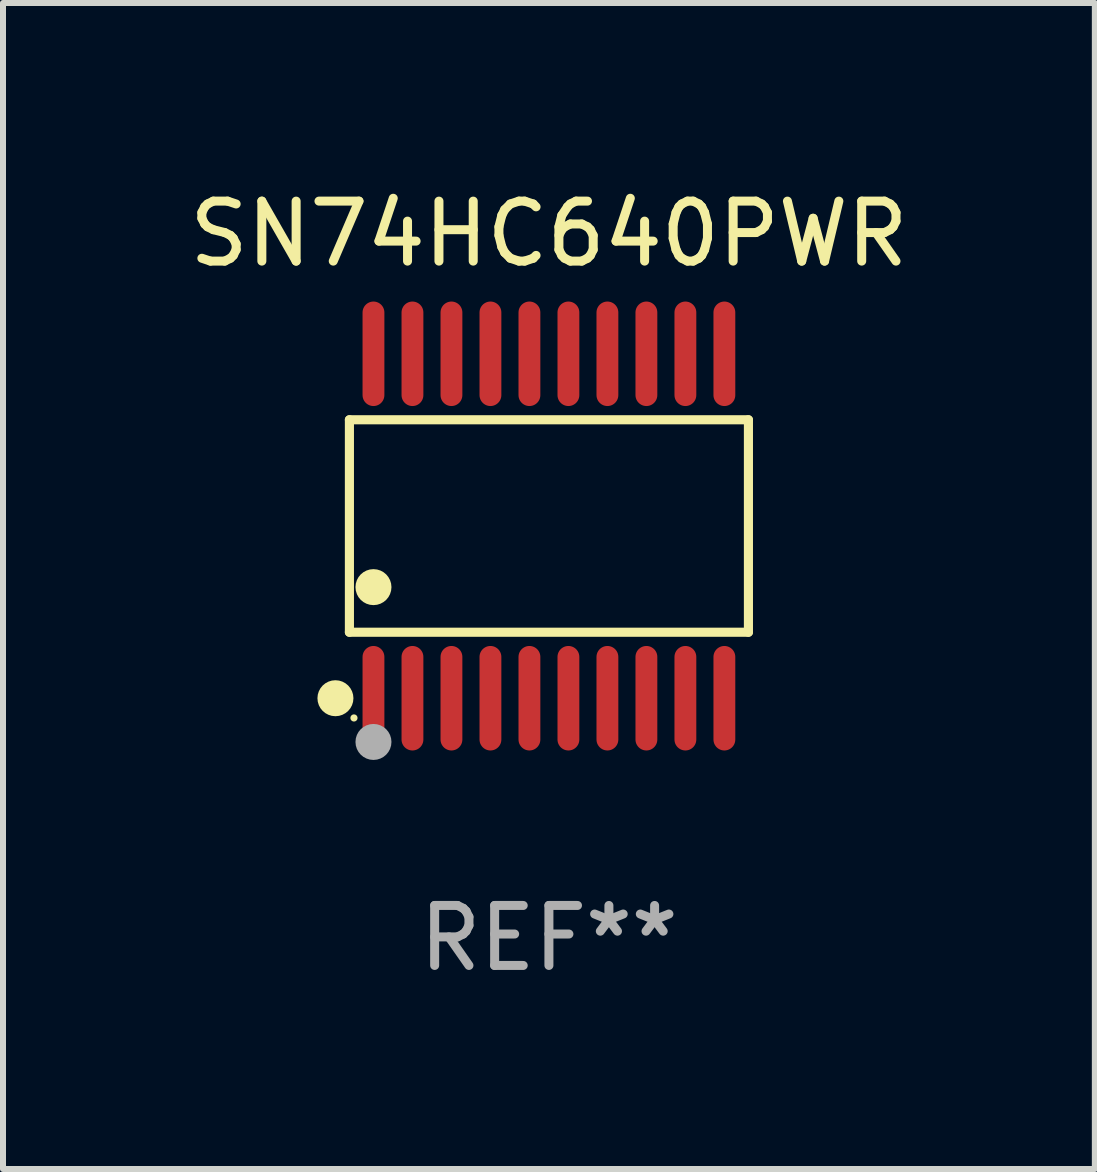
<source format=kicad_pcb>
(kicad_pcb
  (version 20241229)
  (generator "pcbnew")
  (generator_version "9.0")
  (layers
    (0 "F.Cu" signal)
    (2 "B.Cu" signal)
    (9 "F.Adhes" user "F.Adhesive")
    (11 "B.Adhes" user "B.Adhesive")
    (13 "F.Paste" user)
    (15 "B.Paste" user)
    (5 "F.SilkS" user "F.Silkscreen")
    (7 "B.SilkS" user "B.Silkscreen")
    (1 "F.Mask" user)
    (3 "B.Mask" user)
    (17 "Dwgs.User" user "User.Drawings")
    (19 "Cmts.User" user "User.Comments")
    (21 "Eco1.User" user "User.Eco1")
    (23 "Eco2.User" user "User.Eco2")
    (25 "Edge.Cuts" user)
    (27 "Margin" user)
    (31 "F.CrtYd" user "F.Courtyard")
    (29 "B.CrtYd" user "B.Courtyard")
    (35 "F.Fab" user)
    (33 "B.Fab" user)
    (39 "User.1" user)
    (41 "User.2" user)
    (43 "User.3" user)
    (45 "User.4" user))
  (footprint "SN74HC640PWR"
    (layer "F.Cu")
    (at 6.101 5.719)
    (property "Reference" "SN74HC640PWR" (at 0 -4.871 0) (layer "F.SilkS") (effects (font (size 1 1) (thickness 0.15))))
    (attr through_hole)
    (fp_line (start -3.326 -1.771) (end 3.326 -1.771) (stroke (width 0.152) (type solid)) (layer "F.SilkS"))
    (fp_line (start -3.326 1.771) (end -3.326 -1.771) (stroke (width 0.152) (type solid)) (layer "F.SilkS"))
    (fp_line (start 3.326 -1.771) (end 3.326 1.771) (stroke (width 0.152) (type solid)) (layer "F.SilkS"))
    (fp_line (start 3.326 1.771) (end -3.326 1.771) (stroke (width 0.152) (type solid)) (layer "F.SilkS"))
    (fp_circle (center -3.559 2.871) (end -3.409 2.871) (stroke (width 0.3) (type solid)) (fill no) (layer "F.SilkS"))
    (fp_circle (center -3.25 3.2) (end -3.22 3.2) (stroke (width 0.06) (type solid)) (fill no) (layer "F.SilkS"))
    (fp_circle (center -2.925 1.019) (end -2.775 1.019) (stroke (width 0.3) (type solid)) (fill no) (layer "F.SilkS"))
    (fp_circle (center -2.925 3.6) (end -2.775 3.6) (stroke (width 0.3) (type solid)) (fill no) (layer "F.Fab"))
    (fp_text user "REF**" (at 0 6.871 0) (layer "F.Fab") (effects (font (size 1 1) (thickness 0.15))))
    (pad "1" smd oval (at -2.925 2.871) (size 0.364 1.742) (layers "F.Cu" "F.Mask" "F.Paste"))
    (pad "2" smd oval (at -2.275 2.871) (size 0.364 1.742) (layers "F.Cu" "F.Mask" "F.Paste"))
    (pad "3" smd oval (at -1.625 2.871) (size 0.364 1.742) (layers "F.Cu" "F.Mask" "F.Paste"))
    (pad "4" smd oval (at -0.975 2.871) (size 0.364 1.742) (layers "F.Cu" "F.Mask" "F.Paste"))
    (pad "5" smd oval (at -0.325 2.871) (size 0.364 1.742) (layers "F.Cu" "F.Mask" "F.Paste"))
    (pad "6" smd oval (at 0.325 2.871) (size 0.364 1.742) (layers "F.Cu" "F.Mask" "F.Paste"))
    (pad "7" smd oval (at 0.975 2.871) (size 0.364 1.742) (layers "F.Cu" "F.Mask" "F.Paste"))
    (pad "8" smd oval (at 1.625 2.871) (size 0.364 1.742) (layers "F.Cu" "F.Mask" "F.Paste"))
    (pad "9" smd oval (at 2.275 2.871) (size 0.364 1.742) (layers "F.Cu" "F.Mask" "F.Paste"))
    (pad "10" smd oval (at 2.925 2.871) (size 0.364 1.742) (layers "F.Cu" "F.Mask" "F.Paste"))
    (pad "11" smd oval (at 2.925 -2.871) (size 0.364 1.742) (layers "F.Cu" "F.Mask" "F.Paste"))
    (pad "12" smd oval (at 2.275 -2.871) (size 0.364 1.742) (layers "F.Cu" "F.Mask" "F.Paste"))
    (pad "13" smd oval (at 1.625 -2.871) (size 0.364 1.742) (layers "F.Cu" "F.Mask" "F.Paste"))
    (pad "14" smd oval (at 0.975 -2.871) (size 0.364 1.742) (layers "F.Cu" "F.Mask" "F.Paste"))
    (pad "15" smd oval (at 0.325 -2.871) (size 0.364 1.742) (layers "F.Cu" "F.Mask" "F.Paste"))
    (pad "16" smd oval (at -0.325 -2.871) (size 0.364 1.742) (layers "F.Cu" "F.Mask" "F.Paste"))
    (pad "17" smd oval (at -0.975 -2.871) (size 0.364 1.742) (layers "F.Cu" "F.Mask" "F.Paste"))
    (pad "18" smd oval (at -1.625 -2.871) (size 0.364 1.742) (layers "F.Cu" "F.Mask" "F.Paste"))
    (pad "19" smd oval (at -2.275 -2.871) (size 0.364 1.742) (layers "F.Cu" "F.Mask" "F.Paste"))
    (pad "20" smd oval (at -2.925 -2.871) (size 0.364 1.742) (layers "F.Cu" "F.Mask" "F.Paste")))
  (gr_rect
    (start -3 -3)
    (end 15.202 16.438)
    (stroke (width 0.1) (type default))
    (fill no)
    (layer "Edge.Cuts")))
</source>
